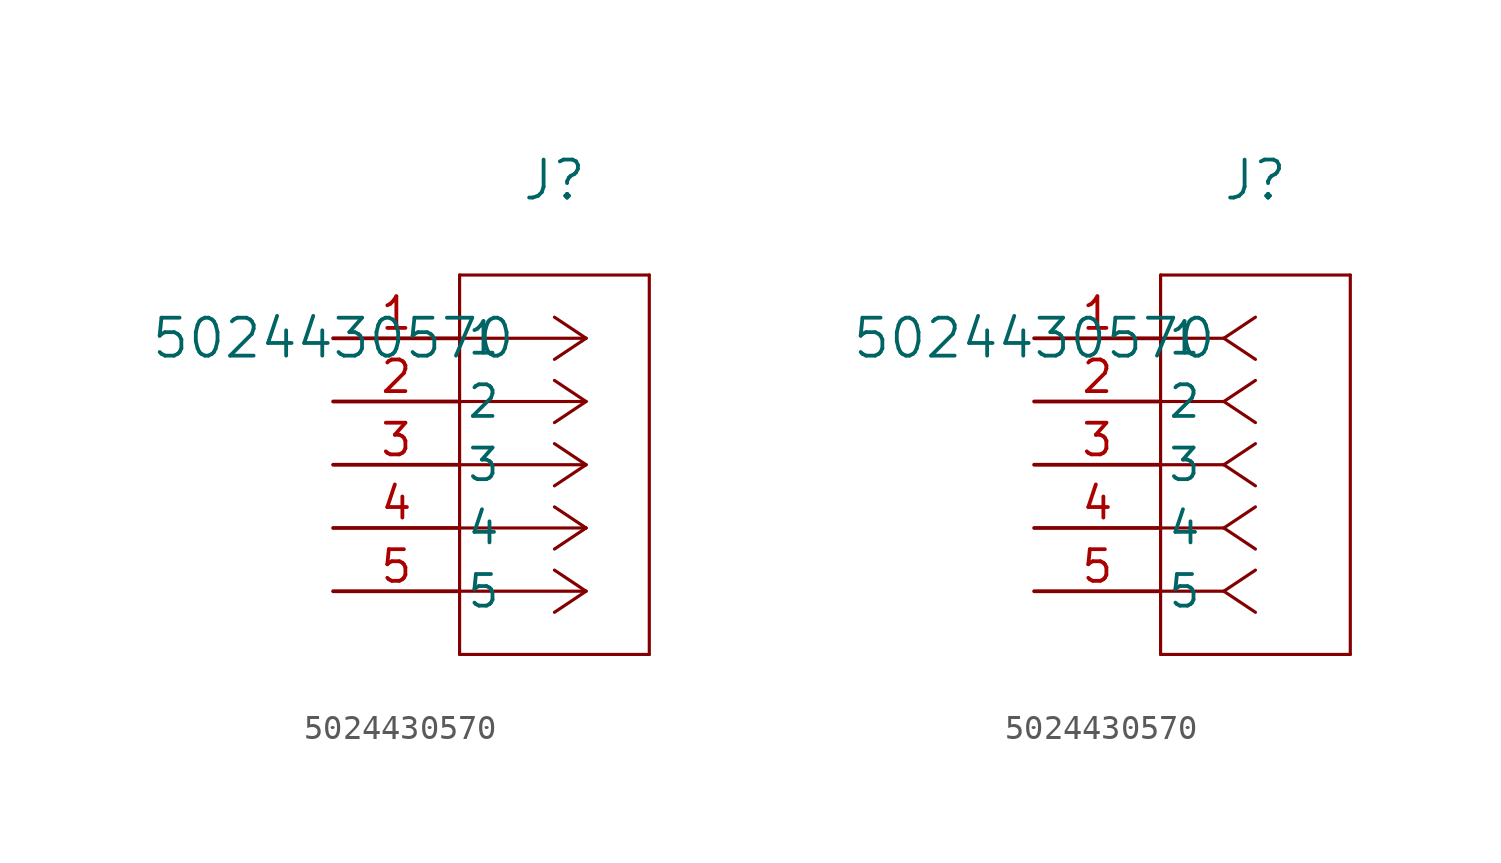
<source format=kicad_sym>
(kicad_symbol_lib
  (version 20211014)
  (generator kicad_symbol_editor)
  (symbol "5024430570"
    (pin_names
      (offset 0.254))
    (property "Reference" "J"
      (at 8.89 6.35 0)
      (effects (font (size 1.524 1.524))))
    (property "Value" "5024430570"
      (at 0 0 0)
      (effects (font (size 1.524 1.524))))
    (symbol "5024430570_1_1"
      (polyline (pts (xy 10.16 0) (xy 5.08 0)) (stroke (width 0.127) (type default) (color 0 0 0 0)) (fill (type none)))
      (polyline (pts (xy 10.16 -2.54) (xy 5.08 -2.54)) (stroke (width 0.127) (type default) (color 0 0 0 0)) (fill (type none)))
      (polyline (pts (xy 10.16 -5.08) (xy 5.08 -5.08)) (stroke (width 0.127) (type default) (color 0 0 0 0)) (fill (type none)))
      (polyline (pts (xy 10.16 -7.62) (xy 5.08 -7.62)) (stroke (width 0.127) (type default) (color 0 0 0 0)) (fill (type none)))
      (polyline (pts (xy 10.16 -10.16) (xy 5.08 -10.16)) (stroke (width 0.127) (type default) (color 0 0 0 0)) (fill (type none)))
      (polyline (pts (xy 10.16 0) (xy 8.89 0.847)) (stroke (width 0.127) (type default) (color 0 0 0 0)) (fill (type none)))
      (polyline (pts (xy 10.16 -2.54) (xy 8.89 -1.693)) (stroke (width 0.127) (type default) (color 0 0 0 0)) (fill (type none)))
      (polyline (pts (xy 10.16 -5.08) (xy 8.89 -4.233)) (stroke (width 0.127) (type default) (color 0 0 0 0)) (fill (type none)))
      (polyline (pts (xy 10.16 -7.62) (xy 8.89 -6.773)) (stroke (width 0.127) (type default) (color 0 0 0 0)) (fill (type none)))
      (polyline (pts (xy 10.16 -10.16) (xy 8.89 -9.313)) (stroke (width 0.127) (type default) (color 0 0 0 0)) (fill (type none)))
      (polyline (pts (xy 10.16 0) (xy 8.89 -0.847)) (stroke (width 0.127) (type default) (color 0 0 0 0)) (fill (type none)))
      (polyline (pts (xy 10.16 -2.54) (xy 8.89 -3.387)) (stroke (width 0.127) (type default) (color 0 0 0 0)) (fill (type none)))
      (polyline (pts (xy 10.16 -5.08) (xy 8.89 -5.927)) (stroke (width 0.127) (type default) (color 0 0 0 0)) (fill (type none)))
      (polyline (pts (xy 10.16 -7.62) (xy 8.89 -8.467)) (stroke (width 0.127) (type default) (color 0 0 0 0)) (fill (type none)))
      (polyline (pts (xy 10.16 -10.16) (xy 8.89 -11.007)) (stroke (width 0.127) (type default) (color 0 0 0 0)) (fill (type none)))
      (polyline (pts (xy 5.08 2.54) (xy 5.08 -12.7)) (stroke (width 0.127) (type default) (color 0 0 0 0)) (fill (type none)))
      (polyline (pts (xy 5.08 -12.7) (xy 12.7 -12.7)) (stroke (width 0.127) (type default) (color 0 0 0 0)) (fill (type none)))
      (polyline (pts (xy 12.7 -12.7) (xy 12.7 2.54)) (stroke (width 0.127) (type default) (color 0 0 0 0)) (fill (type none)))
      (polyline (pts (xy 12.7 2.54) (xy 5.08 2.54)) (stroke (width 0.127) (type default) (color 0 0 0 0)) (fill (type none)))
      (pin unspecified line (at 0 0 0) (length 5.08) (name "1" (effects (font (size 1.27 1.27)))) (number "1" (effects (font (size 1.27 1.27)))))
      (pin unspecified line (at 0 -2.54 0) (length 5.08) (name "2" (effects (font (size 1.27 1.27)))) (number "2" (effects (font (size 1.27 1.27)))))
      (pin unspecified line (at 0 -5.08 0) (length 5.08) (name "3" (effects (font (size 1.27 1.27)))) (number "3" (effects (font (size 1.27 1.27)))))
      (pin unspecified line (at 0 -7.62 0) (length 5.08) (name "4" (effects (font (size 1.27 1.27)))) (number "4" (effects (font (size 1.27 1.27)))))
      (pin unspecified line (at 0 -10.16 0) (length 5.08) (name "5" (effects (font (size 1.27 1.27)))) (number "5" (effects (font (size 1.27 1.27))))))
    (symbol "5024430570_1_2"
      (polyline (pts (xy 7.62 0) (xy 5.08 0)) (stroke (width 0.127) (type default) (color 0 0 0 0)) (fill (type none)))
      (polyline (pts (xy 7.62 -2.54) (xy 5.08 -2.54)) (stroke (width 0.127) (type default) (color 0 0 0 0)) (fill (type none)))
      (polyline (pts (xy 7.62 -5.08) (xy 5.08 -5.08)) (stroke (width 0.127) (type default) (color 0 0 0 0)) (fill (type none)))
      (polyline (pts (xy 7.62 -7.62) (xy 5.08 -7.62)) (stroke (width 0.127) (type default) (color 0 0 0 0)) (fill (type none)))
      (polyline (pts (xy 7.62 -10.16) (xy 5.08 -10.16)) (stroke (width 0.127) (type default) (color 0 0 0 0)) (fill (type none)))
      (polyline (pts (xy 7.62 0) (xy 8.89 0.847)) (stroke (width 0.127) (type default) (color 0 0 0 0)) (fill (type none)))
      (polyline (pts (xy 7.62 -2.54) (xy 8.89 -1.693)) (stroke (width 0.127) (type default) (color 0 0 0 0)) (fill (type none)))
      (polyline (pts (xy 7.62 -5.08) (xy 8.89 -4.233)) (stroke (width 0.127) (type default) (color 0 0 0 0)) (fill (type none)))
      (polyline (pts (xy 7.62 -7.62) (xy 8.89 -6.773)) (stroke (width 0.127) (type default) (color 0 0 0 0)) (fill (type none)))
      (polyline (pts (xy 7.62 -10.16) (xy 8.89 -9.313)) (stroke (width 0.127) (type default) (color 0 0 0 0)) (fill (type none)))
      (polyline (pts (xy 7.62 0) (xy 8.89 -0.847)) (stroke (width 0.127) (type default) (color 0 0 0 0)) (fill (type none)))
      (polyline (pts (xy 7.62 -2.54) (xy 8.89 -3.387)) (stroke (width 0.127) (type default) (color 0 0 0 0)) (fill (type none)))
      (polyline (pts (xy 7.62 -5.08) (xy 8.89 -5.927)) (stroke (width 0.127) (type default) (color 0 0 0 0)) (fill (type none)))
      (polyline (pts (xy 7.62 -7.62) (xy 8.89 -8.467)) (stroke (width 0.127) (type default) (color 0 0 0 0)) (fill (type none)))
      (polyline (pts (xy 7.62 -10.16) (xy 8.89 -11.007)) (stroke (width 0.127) (type default) (color 0 0 0 0)) (fill (type none)))
      (polyline (pts (xy 5.08 2.54) (xy 5.08 -12.7)) (stroke (width 0.127) (type default) (color 0 0 0 0)) (fill (type none)))
      (polyline (pts (xy 5.08 -12.7) (xy 12.7 -12.7)) (stroke (width 0.127) (type default) (color 0 0 0 0)) (fill (type none)))
      (polyline (pts (xy 12.7 -12.7) (xy 12.7 2.54)) (stroke (width 0.127) (type default) (color 0 0 0 0)) (fill (type none)))
      (polyline (pts (xy 12.7 2.54) (xy 5.08 2.54)) (stroke (width 0.127) (type default) (color 0 0 0 0)) (fill (type none)))
      (pin unspecified line (at 0 0 0) (length 5.08) (name "1" (effects (font (size 1.27 1.27)))) (number "1" (effects (font (size 1.27 1.27)))))
      (pin unspecified line (at 0 -2.54 0) (length 5.08) (name "2" (effects (font (size 1.27 1.27)))) (number "2" (effects (font (size 1.27 1.27)))))
      (pin unspecified line (at 0 -5.08 0) (length 5.08) (name "3" (effects (font (size 1.27 1.27)))) (number "3" (effects (font (size 1.27 1.27)))))
      (pin unspecified line (at 0 -7.62 0) (length 5.08) (name "4" (effects (font (size 1.27 1.27)))) (number "4" (effects (font (size 1.27 1.27)))))
      (pin unspecified line (at 0 -10.16 0) (length 5.08) (name "5" (effects (font (size 1.27 1.27)))) (number "5" (effects (font (size 1.27 1.27))))))))
</source>
